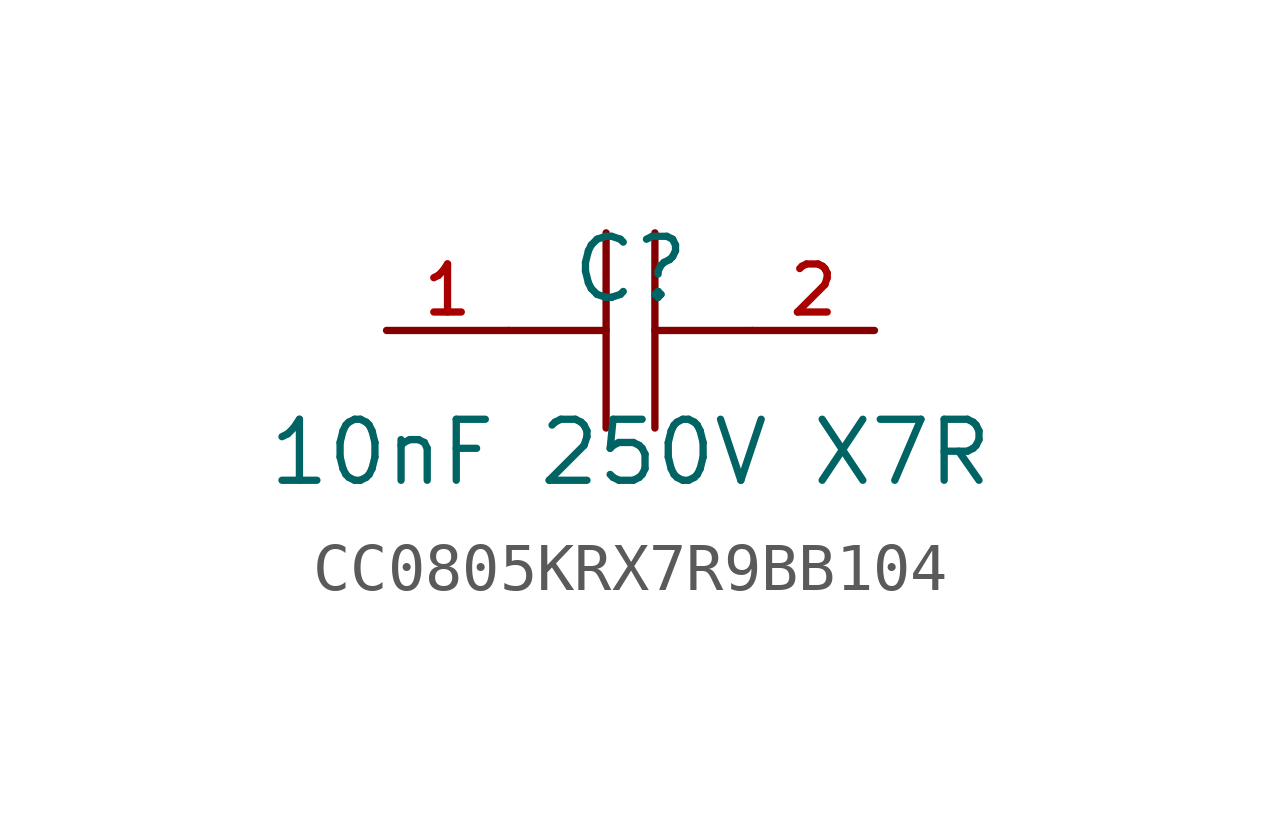
<source format=kicad_sym>
(kicad_symbol_lib
  (version 20241209)
  (generator "kicad_symbol_editor")
  (generator_version "9.0")
  (symbol "CC0805KRX7R9BB104"
    (property "Reference" "C"
      (at 0 1.27 0)
      (effects (font (size 1.27 1.27))))
    (property "Value" "10nF 250V X7R"
      (at 0 -2.54 0)
      (effects (font (size 1.27 1.27))))
    (symbol "CC0805KRX7R9BB104_0_1"
      (polyline (pts (xy -0.508 0) (xy -2.54 0)) (stroke (width 0) (type default)) (fill (type none)))
      (polyline (pts (xy -0.508 -2.032) (xy -0.508 2.032)) (stroke (width 0) (type default)) (fill (type none)))
      (polyline (pts (xy 0.508 2.032) (xy 0.508 -2.032)) (stroke (width 0) (type default)) (fill (type none)))
      (polyline (pts (xy 2.54 0) (xy 0.508 0)) (stroke (width 0) (type default)) (fill (type none))))
    (symbol "CC0805KRX7R9BB104_1_1"
      (pin passive line (at -5.08 0 0) (length 2.54) (name "" (effects (font (size 1 1)))) (number "1" (effects (font (size 1 1)))))
      (pin passive line (at 5.08 0 180) (length 2.54) (name "" (effects (font (size 1 1)))) (number "2" (effects (font (size 1 1))))))))
</source>
